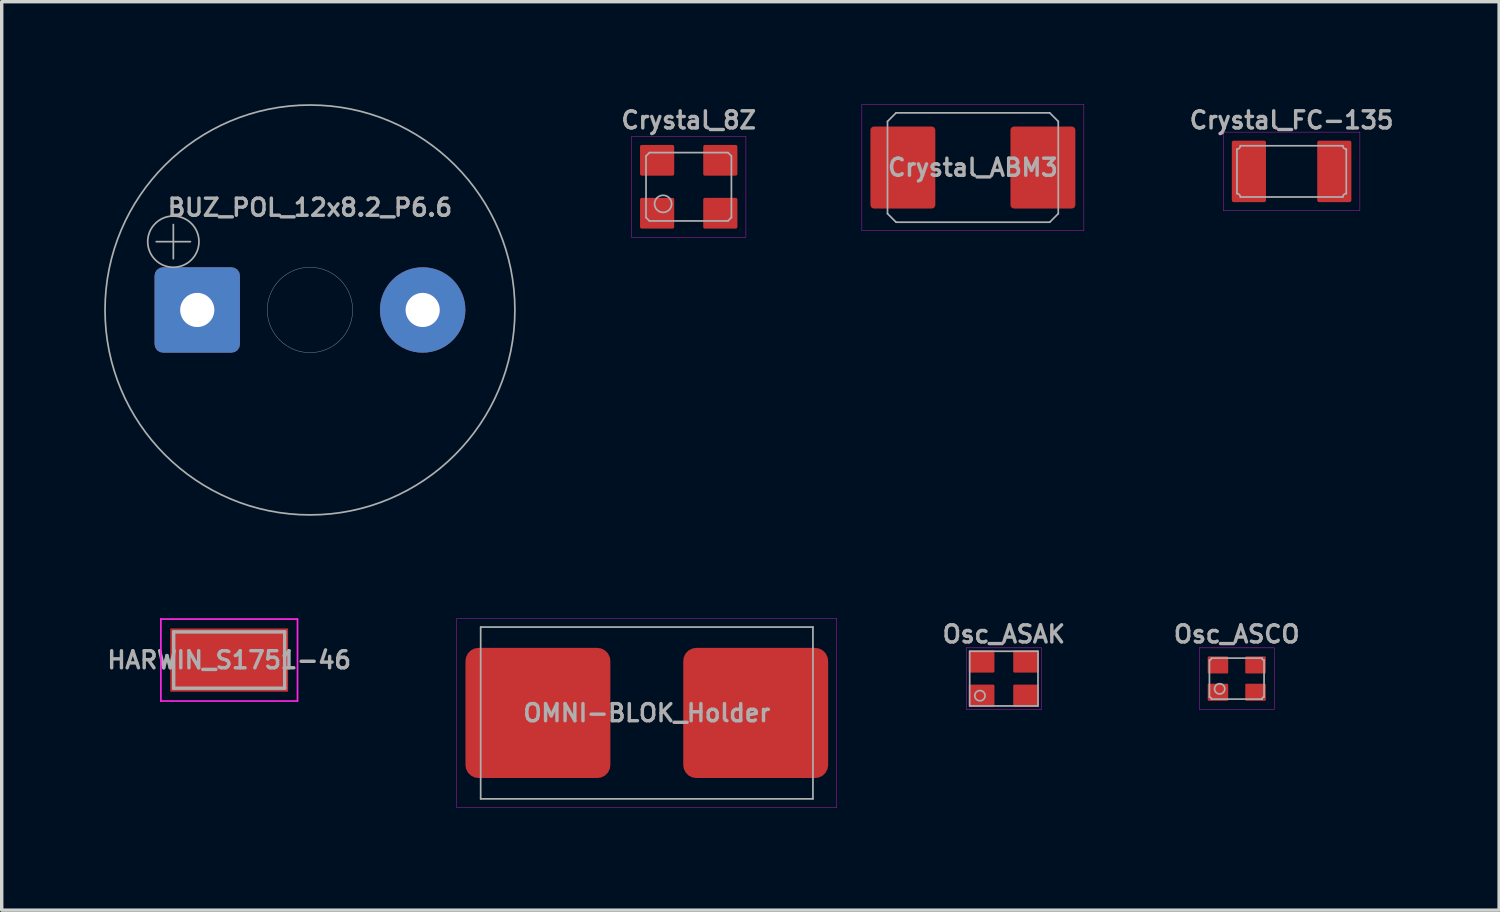
<source format=kicad_pcb>
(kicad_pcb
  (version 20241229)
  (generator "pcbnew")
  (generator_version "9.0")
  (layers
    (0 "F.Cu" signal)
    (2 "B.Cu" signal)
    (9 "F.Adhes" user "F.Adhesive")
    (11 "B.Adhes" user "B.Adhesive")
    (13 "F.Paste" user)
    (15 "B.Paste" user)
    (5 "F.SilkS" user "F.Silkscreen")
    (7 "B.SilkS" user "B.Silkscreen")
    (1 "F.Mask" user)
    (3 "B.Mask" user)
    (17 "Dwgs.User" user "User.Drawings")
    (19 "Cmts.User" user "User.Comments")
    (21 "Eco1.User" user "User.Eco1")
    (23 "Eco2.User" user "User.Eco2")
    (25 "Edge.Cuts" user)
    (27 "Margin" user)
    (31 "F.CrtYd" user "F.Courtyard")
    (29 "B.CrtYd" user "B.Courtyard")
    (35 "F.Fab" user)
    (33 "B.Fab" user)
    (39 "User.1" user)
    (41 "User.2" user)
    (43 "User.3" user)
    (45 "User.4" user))
  (footprint "Crystal_ABM3"
    (layer "F.Cu")
    (at 25.434 1.855)
    (property "Reference" "Crystal_ABM3" (at 0 0 0) (layer "F.Fab") (effects (font (size 0.5 0.5) (thickness 0.1))))
    (attr smd)
    (fp_line (start -3.25 -1.85) (end -3.25 1.85) (stroke (width 0.01) (type solid)) (layer "F.CrtYd"))
    (fp_line (start -3.25 1.85) (end 3.25 1.85) (stroke (width 0.01) (type solid)) (layer "F.CrtYd"))
    (fp_line (start 3.25 -1.85) (end -3.25 -1.85) (stroke (width 0.01) (type solid)) (layer "F.CrtYd"))
    (fp_line (start 3.25 1.85) (end 3.25 -1.85) (stroke (width 0.01) (type solid)) (layer "F.CrtYd"))
    (fp_line (start -2.5 -1.35) (end -2.25 -1.6) (stroke (width 0.05) (type solid)) (layer "F.Fab"))
    (fp_line (start -2.5 1.35) (end -2.5 -1.35) (stroke (width 0.05) (type solid)) (layer "F.Fab"))
    (fp_line (start -2.25 -1.6) (end 2.25 -1.6) (stroke (width 0.05) (type solid)) (layer "F.Fab"))
    (fp_line (start -2.25 1.6) (end -2.5 1.35) (stroke (width 0.05) (type solid)) (layer "F.Fab"))
    (fp_line (start 2.25 -1.6) (end 2.5 -1.35) (stroke (width 0.05) (type solid)) (layer "F.Fab"))
    (fp_line (start 2.25 1.6) (end -2.25 1.6) (stroke (width 0.05) (type solid)) (layer "F.Fab"))
    (fp_line (start 2.5 -1.35) (end 2.5 1.35) (stroke (width 0.05) (type solid)) (layer "F.Fab"))
    (fp_line (start 2.5 1.35) (end 2.25 1.6) (stroke (width 0.05) (type solid)) (layer "F.Fab"))
    (pad "1" smd roundrect (at -2.05 0) (size 1.9 2.4) (layers "F.Cu" "F.Mask" "F.Paste") (roundrect_rratio 0.055))
    (pad "2" smd roundrect (at 2.05 0) (size 1.9 2.4) (layers "F.Cu" "F.Mask" "F.Paste") (roundrect_rratio 0.055)))
  (footprint "HARWIN_S1751-46"
    (layer "F.Cu")
    (at 3.66 16.275)
    (property "Reference" "HARWIN_S1751-46" (at 0 0 0) (layer "F.Fab") (effects (font (size 0.5 0.5) (thickness 0.1))))
    (attr through_hole)
    (fp_line (start -2 -1.2) (end -2 1.2) (stroke (width 0.05) (type solid)) (layer "F.CrtYd"))
    (fp_line (start -2 1.2) (end 2 1.2) (stroke (width 0.05) (type solid)) (layer "F.CrtYd"))
    (fp_line (start 2 -1.2) (end -2 -1.2) (stroke (width 0.05) (type solid)) (layer "F.CrtYd"))
    (fp_line (start 2 1.2) (end 2 -1.2) (stroke (width 0.05) (type solid)) (layer "F.CrtYd"))
    (fp_line (start -1.625 -0.825) (end -1.625 0.825) (stroke (width 0.1) (type solid)) (layer "F.Fab"))
    (fp_line (start -1.625 0.825) (end 1.625 0.825) (stroke (width 0.1) (type solid)) (layer "F.Fab"))
    (fp_line (start 1.625 -0.825) (end -1.625 -0.825) (stroke (width 0.1) (type solid)) (layer "F.Fab"))
    (fp_line (start 1.625 0.825) (end 1.625 -0.825) (stroke (width 0.1) (type solid)) (layer "F.Fab"))
    (pad "1" smd rect (at 0 0) (size 3.45 1.85) (layers "F.Cu" "F.Mask" "F.Paste")))
  (footprint "Osc_ASAK"
    (layer "F.Cu")
    (at 26.34 16.818)
    (property "Reference" "Osc_ASAK" (at 0 -1.3 0) (layer "F.Fab") (effects (font (size 0.5 0.5) (thickness 0.1))))
    (attr smd)
    (fp_line (start -1.1 -0.9) (end -1.1 0.9) (stroke (width 0.01) (type solid)) (layer "F.CrtYd"))
    (fp_line (start -1.1 0.9) (end 1.1 0.9) (stroke (width 0.01) (type solid)) (layer "F.CrtYd"))
    (fp_line (start 1.1 -0.9) (end -1.1 -0.9) (stroke (width 0.01) (type solid)) (layer "F.CrtYd"))
    (fp_line (start 1.1 0.9) (end 1.1 -0.9) (stroke (width 0.01) (type solid)) (layer "F.CrtYd"))
    (fp_line (start -1 -0.8) (end 1 -0.8) (stroke (width 0.05) (type solid)) (layer "F.Fab"))
    (fp_line (start -1 0.8) (end -1 -0.8) (stroke (width 0.05) (type solid)) (layer "F.Fab"))
    (fp_line (start 1 -0.8) (end 1 0.8) (stroke (width 0.05) (type solid)) (layer "F.Fab"))
    (fp_line (start 1 0.8) (end -1 0.8) (stroke (width 0.05) (type solid)) (layer "F.Fab"))
    (fp_circle (center -0.7 0.5) (end -0.55 0.5) (stroke (width 0.05) (type solid)) (fill no) (layer "F.Fab"))
    (pad "1" smd roundrect (at -0.65 0.5) (size 0.75 0.65) (layers "F.Cu" "F.Mask" "F.Paste") (roundrect_rratio 0.055))
    (pad "2" smd roundrect (at 0.65 0.5) (size 0.75 0.65) (layers "F.Cu" "F.Mask" "F.Paste") (roundrect_rratio 0.055))
    (pad "3" smd roundrect (at 0.65 -0.5) (size 0.75 0.65) (layers "F.Cu" "F.Mask" "F.Paste") (roundrect_rratio 0.055))
    (pad "4" smd roundrect (at -0.65 -0.5) (size 0.75 0.65) (layers "F.Cu" "F.Mask" "F.Paste") (roundrect_rratio 0.055)))
  (footprint "Osc_ASCO"
    (layer "F.Cu")
    (at 33.159 16.818)
    (property "Reference" "Osc_ASCO" (at 0 -1.3 0) (layer "F.Fab") (effects (font (size 0.5 0.5) (thickness 0.1))))
    (attr smd)
    (fp_line (start -1.1 -0.9) (end -1.1 0.9) (stroke (width 0.01) (type solid)) (layer "F.CrtYd"))
    (fp_line (start -1.1 0.9) (end 1.1 0.9) (stroke (width 0.01) (type solid)) (layer "F.CrtYd"))
    (fp_line (start 1.1 -0.9) (end -1.1 -0.9) (stroke (width 0.01) (type solid)) (layer "F.CrtYd"))
    (fp_line (start 1.1 0.9) (end 1.1 -0.9) (stroke (width 0.01) (type solid)) (layer "F.CrtYd"))
    (fp_line (start -0.8 0.54) (end -0.8 -0.54) (stroke (width 0.05) (type solid)) (layer "F.Fab"))
    (fp_line (start -0.74 -0.6) (end 0.74 -0.6) (stroke (width 0.05) (type solid)) (layer "F.Fab"))
    (fp_line (start 0.74 0.6) (end -0.74 0.6) (stroke (width 0.05) (type solid)) (layer "F.Fab"))
    (fp_line (start 0.8 -0.54) (end 0.8 0.54) (stroke (width 0.05) (type solid)) (layer "F.Fab"))
    (fp_arc (start -0.8 0.54) (mid -0.757574 0.557574) (end -0.74 0.6) (stroke (width 0.05) (type solid)) (layer "F.Fab"))
    (fp_arc (start -0.74 -0.6) (mid -0.757574 -0.557574) (end -0.8 -0.54) (stroke (width 0.05) (type solid)) (layer "F.Fab"))
    (fp_arc (start 0.74 0.6) (mid 0.757574 0.557574) (end 0.8 0.54) (stroke (width 0.05) (type solid)) (layer "F.Fab"))
    (fp_arc (start 0.8 -0.54) (mid 0.757574 -0.557574) (end 0.74 -0.6) (stroke (width 0.05) (type solid)) (layer "F.Fab"))
    (fp_circle (center -0.5 0.3) (end -0.35 0.3) (stroke (width 0.05) (type solid)) (fill no) (layer "F.Fab"))
    (pad "1" smd roundrect (at -0.55 0.4) (size 0.6 0.5) (layers "F.Cu" "F.Mask" "F.Paste") (roundrect_rratio 0.055))
    (pad "2" smd roundrect (at 0.55 0.4) (size 0.6 0.5) (layers "F.Cu" "F.Mask" "F.Paste") (roundrect_rratio 0.055))
    (pad "3" smd roundrect (at 0.55 -0.4) (size 0.6 0.5) (layers "F.Cu" "F.Mask" "F.Paste") (roundrect_rratio 0.055))
    (pad "4" smd roundrect (at -0.55 -0.4) (size 0.6 0.5) (layers "F.Cu" "F.Mask" "F.Paste") (roundrect_rratio 0.055)))
  (footprint "BUZ_POL_12x8.2_P6.6"
    (layer "F.Cu")
    (at 6.025 6.025)
    (property "Reference" "BUZ_POL_12x8.2_P6.6" (at 0 -3 0) (layer "F.Fab") (effects (font (size 0.5 0.5) (thickness 0.1))))
    (attr through_hole)
    (fp_line (start -4.5 -2) (end -3.5 -2) (stroke (width 0.05) (type solid)) (layer "F.Fab"))
    (fp_line (start -4 -1.5) (end -4 -2.5) (stroke (width 0.05) (type solid)) (layer "F.Fab"))
    (fp_circle (center -4 -2) (end -3.25 -2) (stroke (width 0.05) (type solid)) (fill no) (layer "F.Fab"))
    (fp_circle (center 0 0) (end 1.25 0) (stroke (width 0.01) (type solid)) (fill no) (layer "F.Fab"))
    (fp_circle (center 0 0) (end 6 0) (stroke (width 0.05) (type solid)) (fill no) (layer "F.Fab"))
    (pad "1" thru_hole roundrect (at -3.3 0) (size 2.5 2.5) (drill 1) (layers "*.Cu" "*.Mask") (roundrect_rratio 0.1))
    (pad "2" thru_hole circle (at 3.3 0) (size 2.5 2.5) (drill 1) (layers "*.Cu" "*.Mask")))
  (footprint "OMNI-BLOK_Holder"
    (layer "F.Cu")
    (at 15.887 17.824)
    (property "Reference" "OMNI-BLOK_Holder" (at 0 0 0) (layer "F.Fab") (effects (font (size 0.5 0.5) (thickness 0.1))))
    (attr through_hole)
    (fp_line (start -5.563 -2.769) (end -5.563 2.769) (stroke (width 0.01) (type solid)) (layer "F.CrtYd"))
    (fp_line (start -5.563 2.769) (end 5.563 2.769) (stroke (width 0.01) (type solid)) (layer "F.CrtYd"))
    (fp_line (start 5.563 -2.769) (end -5.563 -2.769) (stroke (width 0.01) (type solid)) (layer "F.CrtYd"))
    (fp_line (start 5.563 2.769) (end 5.563 -2.769) (stroke (width 0.01) (type solid)) (layer "F.CrtYd"))
    (fp_line (start -4.864 -2.515) (end -4.864 2.515) (stroke (width 0.05) (type solid)) (layer "F.Fab"))
    (fp_line (start -4.864 2.515) (end 4.864 2.515) (stroke (width 0.05) (type solid)) (layer "F.Fab"))
    (fp_line (start 4.864 -2.515) (end -4.864 -2.515) (stroke (width 0.05) (type solid)) (layer "F.Fab"))
    (fp_line (start 4.864 2.515) (end 4.864 -2.515) (stroke (width 0.05) (type solid)) (layer "F.Fab"))
    (pad "1" smd roundrect (at -3.188 0) (size 4.242 3.81) (layers "F.Cu" "F.Mask" "F.Paste") (roundrect_rratio 0.1))
    (pad "2" smd roundrect (at 3.188 0) (size 4.242 3.81) (layers "F.Cu" "F.Mask" "F.Paste") (roundrect_rratio 0.1)))
  (footprint "Crystal_FC-135"
    (layer "F.Cu")
    (at 34.765 1.968)
    (property "Reference" "Crystal_FC-135" (at 0 -1.5 0) (layer "F.Fab") (effects (font (size 0.5 0.5) (thickness 0.1))))
    (attr smd)
    (fp_line (start -2 -1.15) (end -2 1.15) (stroke (width 0.01) (type solid)) (layer "F.CrtYd"))
    (fp_line (start -2 1.15) (end 2 1.15) (stroke (width 0.01) (type solid)) (layer "F.CrtYd"))
    (fp_line (start 2 -1.15) (end -2 -1.15) (stroke (width 0.01) (type solid)) (layer "F.CrtYd"))
    (fp_line (start 2 1.15) (end 2 -1.15) (stroke (width 0.01) (type solid)) (layer "F.CrtYd"))
    (fp_line (start -1.6 0.65) (end -1.6 -0.65) (stroke (width 0.05) (type solid)) (layer "F.Fab"))
    (fp_line (start -1.5 -0.75) (end 1.5 -0.75) (stroke (width 0.05) (type solid)) (layer "F.Fab"))
    (fp_line (start 1.5 0.75) (end -1.5 0.75) (stroke (width 0.05) (type solid)) (layer "F.Fab"))
    (fp_line (start 1.6 -0.65) (end 1.6 0.65) (stroke (width 0.05) (type solid)) (layer "F.Fab"))
    (fp_arc (start -1.6 0.65) (mid -1.529289 0.679289) (end -1.5 0.75) (stroke (width 0.05) (type solid)) (layer "F.Fab"))
    (fp_arc (start -1.5 -0.75) (mid -1.529289 -0.679289) (end -1.6 -0.65) (stroke (width 0.05) (type solid)) (layer "F.Fab"))
    (fp_arc (start 1.5 0.75) (mid 1.529289 0.679289) (end 1.6 0.65) (stroke (width 0.05) (type solid)) (layer "F.Fab"))
    (fp_arc (start 1.6 -0.65) (mid 1.529289 -0.679289) (end 1.5 -0.75) (stroke (width 0.05) (type solid)) (layer "F.Fab"))
    (pad "1" smd roundrect (at -1.25 0) (size 1 1.8) (layers "F.Cu" "F.Mask" "F.Paste") (roundrect_rratio 0.055))
    (pad "2" smd roundrect (at 1.25 0) (size 1 1.8) (layers "F.Cu" "F.Mask" "F.Paste") (roundrect_rratio 0.055)))
  (footprint "Crystal_8Z"
    (layer "F.Cu")
    (at 17.114 2.418)
    (property "Reference" "Crystal_8Z" (at 0 -1.95 0) (layer "F.Fab") (effects (font (size 0.5 0.5) (thickness 0.1))))
    (attr smd)
    (fp_line (start -1.675 -1.475) (end -1.675 1.475) (stroke (width 0.01) (type solid)) (layer "F.CrtYd"))
    (fp_line (start -1.675 1.475) (end 1.675 1.475) (stroke (width 0.01) (type solid)) (layer "F.CrtYd"))
    (fp_line (start 1.675 -1.475) (end -1.675 -1.475) (stroke (width 0.01) (type solid)) (layer "F.CrtYd"))
    (fp_line (start 1.675 1.475) (end 1.675 -1.475) (stroke (width 0.01) (type solid)) (layer "F.CrtYd"))
    (fp_line (start -1.25 -0.9) (end -1.15 -1) (stroke (width 0.05) (type solid)) (layer "F.Fab"))
    (fp_line (start -1.25 0.9) (end -1.25 -0.9) (stroke (width 0.05) (type solid)) (layer "F.Fab"))
    (fp_line (start -1.15 -1) (end 1.15 -1) (stroke (width 0.05) (type solid)) (layer "F.Fab"))
    (fp_line (start -1.15 1) (end -1.25 0.9) (stroke (width 0.05) (type solid)) (layer "F.Fab"))
    (fp_line (start 1.15 -1) (end 1.25 -0.9) (stroke (width 0.05) (type solid)) (layer "F.Fab"))
    (fp_line (start 1.15 1) (end -1.15 1) (stroke (width 0.05) (type solid)) (layer "F.Fab"))
    (fp_line (start 1.25 -0.9) (end 1.25 0.9) (stroke (width 0.05) (type solid)) (layer "F.Fab"))
    (fp_line (start 1.25 0.9) (end 1.15 1) (stroke (width 0.05) (type solid)) (layer "F.Fab"))
    (fp_circle (center -0.75 0.5) (end -0.5 0.5) (stroke (width 0.05) (type solid)) (fill no) (layer "F.Fab"))
    (pad "1" smd roundrect (at -0.925 0.775) (size 1 0.9) (layers "F.Cu" "F.Mask" "F.Paste") (roundrect_rratio 0.055))
    (pad "2" smd roundrect (at 0.925 0.775) (size 1 0.9) (layers "F.Cu" "F.Mask" "F.Paste") (roundrect_rratio 0.055))
    (pad "3" smd roundrect (at 0.925 -0.775) (size 1 0.9) (layers "F.Cu" "F.Mask" "F.Paste") (roundrect_rratio 0.055))
    (pad "4" smd roundrect (at -0.925 -0.775) (size 1 0.9) (layers "F.Cu" "F.Mask" "F.Paste") (roundrect_rratio 0.056)))
  (gr_rect
    (start -3 -3)
    (end 40.841 23.597)
    (stroke (width 0.1) (type default))
    (fill no)
    (layer "Edge.Cuts")))
</source>
